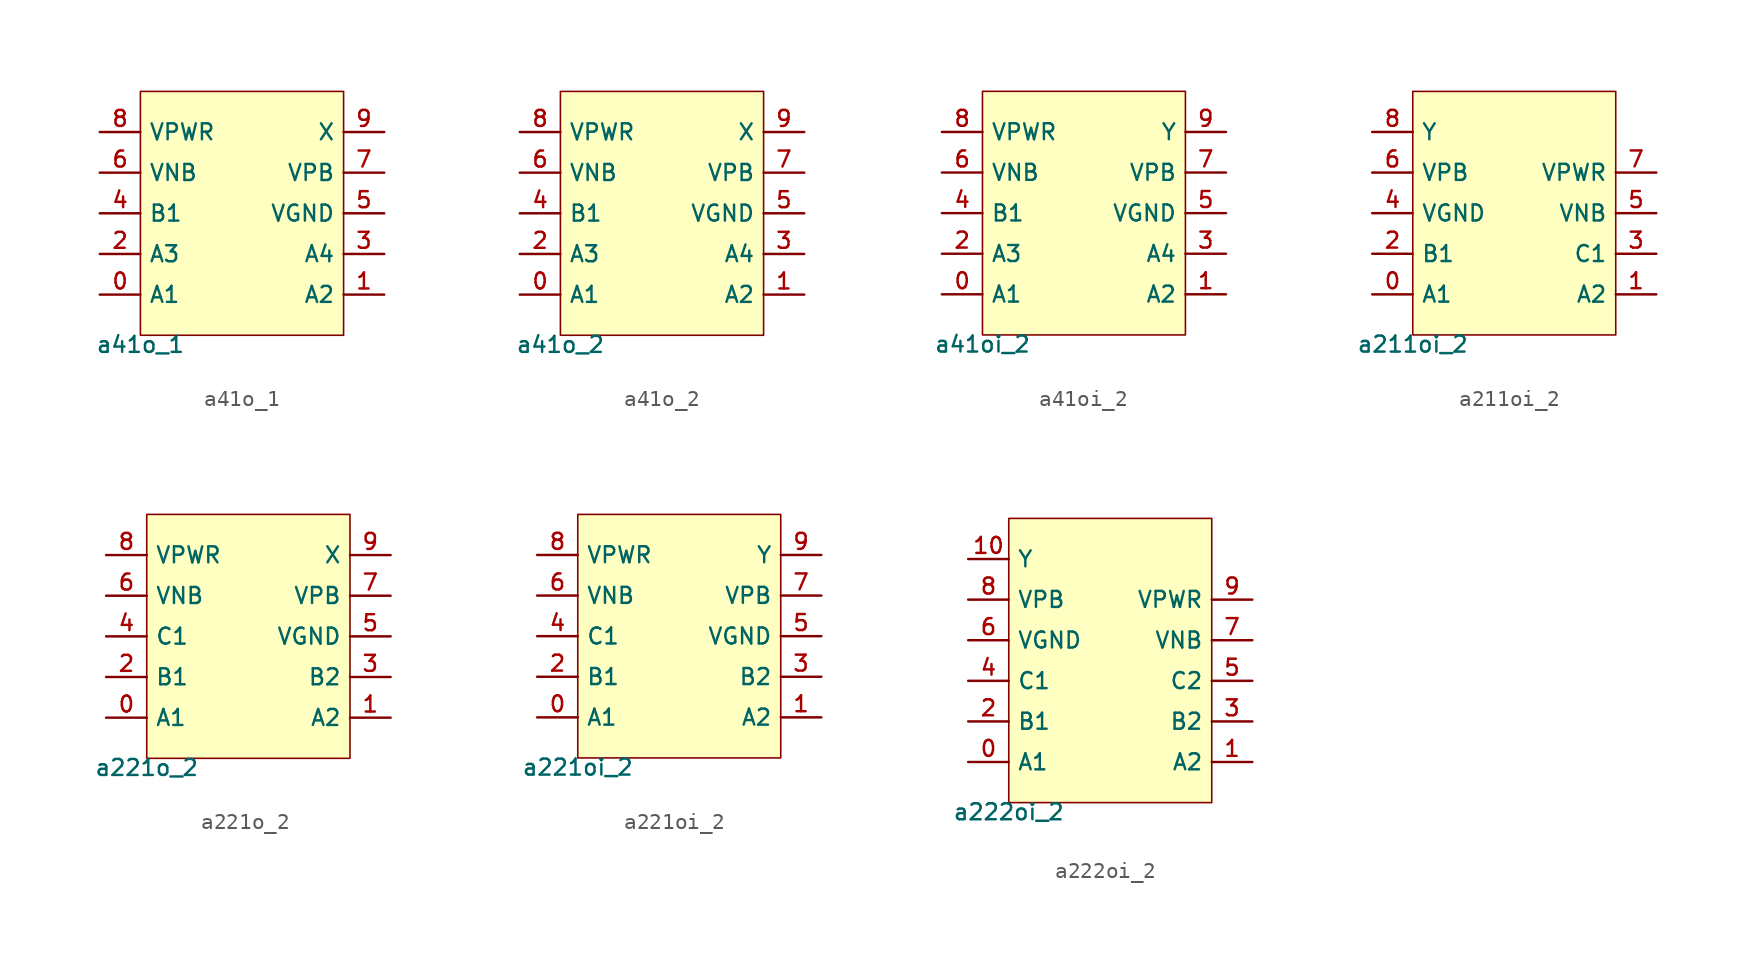
<source format=kicad_sym>
(kicad_symbol_lib
  (version 20211014)
  (generator pdk2kicad)
  (symbol "a41o_1"
    (property "Reference" "X"
      (at 0 0 0)
      (effects (font (size 1 1)) hide))
    (property "Value" "a41o_1"
      (at -6.35 -7.62 0)
      (effects (font (size 1 1)) (justify top)))
    (rectangle
      (start -6.35 -7.62)
      (end 6.35 7.62)
      (stroke (width 0.1) (type solid) (color 0 0 0 0))
      (fill (type background)))
    (pin bidirectional line
      (at -8.89 -5.08 0)
      (length 2.54)
      (name "A1" (effects (font (size 1 1)) hide))
      (number "0" (effects (font (size 1 1)) hide)))
    (pin bidirectional line
      (at 8.89 -5.08 180)
      (length 2.54)
      (name "A2" (effects (font (size 1 1)) hide))
      (number "1" (effects (font (size 1 1)) hide)))
    (pin bidirectional line
      (at -8.89 -2.54 0)
      (length 2.54)
      (name "A3" (effects (font (size 1 1)) hide))
      (number "2" (effects (font (size 1 1)) hide)))
    (pin bidirectional line
      (at 8.89 -2.54 180)
      (length 2.54)
      (name "A4" (effects (font (size 1 1)) hide))
      (number "3" (effects (font (size 1 1)) hide)))
    (pin bidirectional line
      (at -8.89 8.881784197001252e-16 0)
      (length 2.54)
      (name "B1" (effects (font (size 1 1)) hide))
      (number "4" (effects (font (size 1 1)) hide)))
    (pin bidirectional line
      (at 8.89 8.881784197001252e-16 180)
      (length 2.54)
      (name "VGND" (effects (font (size 1 1)) hide))
      (number "5" (effects (font (size 1 1)) hide)))
    (pin bidirectional line
      (at -8.89 2.54 0)
      (length 2.54)
      (name "VNB" (effects (font (size 1 1)) hide))
      (number "6" (effects (font (size 1 1)) hide)))
    (pin bidirectional line
      (at 8.89 2.54 180)
      (length 2.54)
      (name "VPB" (effects (font (size 1 1)) hide))
      (number "7" (effects (font (size 1 1)) hide)))
    (pin bidirectional line
      (at -8.89 5.08 0)
      (length 2.54)
      (name "VPWR" (effects (font (size 1 1)) hide))
      (number "8" (effects (font (size 1 1)) hide)))
    (pin bidirectional line
      (at 8.89 5.08 180)
      (length 2.54)
      (name "X" (effects (font (size 1 1)) hide))
      (number "9" (effects (font (size 1 1)) hide))))
  (symbol "a41o_2"
    (property "Reference" "X"
      (at 0 0 0)
      (effects (font (size 1 1)) hide))
    (property "Value" "a41o_2"
      (at -6.35 -7.62 0)
      (effects (font (size 1 1)) (justify top)))
    (rectangle
      (start -6.35 -7.62)
      (end 6.35 7.62)
      (stroke (width 0.1) (type solid) (color 0 0 0 0))
      (fill (type background)))
    (pin bidirectional line
      (at -8.89 -5.08 0)
      (length 2.54)
      (name "A1" (effects (font (size 1 1)) hide))
      (number "0" (effects (font (size 1 1)) hide)))
    (pin bidirectional line
      (at 8.89 -5.08 180)
      (length 2.54)
      (name "A2" (effects (font (size 1 1)) hide))
      (number "1" (effects (font (size 1 1)) hide)))
    (pin bidirectional line
      (at -8.89 -2.54 0)
      (length 2.54)
      (name "A3" (effects (font (size 1 1)) hide))
      (number "2" (effects (font (size 1 1)) hide)))
    (pin bidirectional line
      (at 8.89 -2.54 180)
      (length 2.54)
      (name "A4" (effects (font (size 1 1)) hide))
      (number "3" (effects (font (size 1 1)) hide)))
    (pin bidirectional line
      (at -8.89 8.881784197001252e-16 0)
      (length 2.54)
      (name "B1" (effects (font (size 1 1)) hide))
      (number "4" (effects (font (size 1 1)) hide)))
    (pin bidirectional line
      (at 8.89 8.881784197001252e-16 180)
      (length 2.54)
      (name "VGND" (effects (font (size 1 1)) hide))
      (number "5" (effects (font (size 1 1)) hide)))
    (pin bidirectional line
      (at -8.89 2.54 0)
      (length 2.54)
      (name "VNB" (effects (font (size 1 1)) hide))
      (number "6" (effects (font (size 1 1)) hide)))
    (pin bidirectional line
      (at 8.89 2.54 180)
      (length 2.54)
      (name "VPB" (effects (font (size 1 1)) hide))
      (number "7" (effects (font (size 1 1)) hide)))
    (pin bidirectional line
      (at -8.89 5.08 0)
      (length 2.54)
      (name "VPWR" (effects (font (size 1 1)) hide))
      (number "8" (effects (font (size 1 1)) hide)))
    (pin bidirectional line
      (at 8.89 5.08 180)
      (length 2.54)
      (name "X" (effects (font (size 1 1)) hide))
      (number "9" (effects (font (size 1 1)) hide))))
  (symbol "a41oi_2"
    (property "Reference" "X"
      (at 0 0 0)
      (effects (font (size 1 1)) hide))
    (property "Value" "a41oi_2"
      (at -6.35 -7.62 0)
      (effects (font (size 1 1)) (justify top)))
    (rectangle
      (start -6.35 -7.62)
      (end 6.35 7.62)
      (stroke (width 0.1) (type solid) (color 0 0 0 0))
      (fill (type background)))
    (pin bidirectional line
      (at -8.89 -5.08 0)
      (length 2.54)
      (name "A1" (effects (font (size 1 1)) hide))
      (number "0" (effects (font (size 1 1)) hide)))
    (pin bidirectional line
      (at 8.89 -5.08 180)
      (length 2.54)
      (name "A2" (effects (font (size 1 1)) hide))
      (number "1" (effects (font (size 1 1)) hide)))
    (pin bidirectional line
      (at -8.89 -2.54 0)
      (length 2.54)
      (name "A3" (effects (font (size 1 1)) hide))
      (number "2" (effects (font (size 1 1)) hide)))
    (pin bidirectional line
      (at 8.89 -2.54 180)
      (length 2.54)
      (name "A4" (effects (font (size 1 1)) hide))
      (number "3" (effects (font (size 1 1)) hide)))
    (pin bidirectional line
      (at -8.89 8.881784197001252e-16 0)
      (length 2.54)
      (name "B1" (effects (font (size 1 1)) hide))
      (number "4" (effects (font (size 1 1)) hide)))
    (pin bidirectional line
      (at 8.89 8.881784197001252e-16 180)
      (length 2.54)
      (name "VGND" (effects (font (size 1 1)) hide))
      (number "5" (effects (font (size 1 1)) hide)))
    (pin bidirectional line
      (at -8.89 2.54 0)
      (length 2.54)
      (name "VNB" (effects (font (size 1 1)) hide))
      (number "6" (effects (font (size 1 1)) hide)))
    (pin bidirectional line
      (at 8.89 2.54 180)
      (length 2.54)
      (name "VPB" (effects (font (size 1 1)) hide))
      (number "7" (effects (font (size 1 1)) hide)))
    (pin bidirectional line
      (at -8.89 5.08 0)
      (length 2.54)
      (name "VPWR" (effects (font (size 1 1)) hide))
      (number "8" (effects (font (size 1 1)) hide)))
    (pin bidirectional line
      (at 8.89 5.08 180)
      (length 2.54)
      (name "Y" (effects (font (size 1 1)) hide))
      (number "9" (effects (font (size 1 1)) hide))))
  (symbol "a211oi_2"
    (property "Reference" "X"
      (at 0 0 0)
      (effects (font (size 1 1)) hide))
    (property "Value" "a211oi_2"
      (at -6.35 -7.62 0)
      (effects (font (size 1 1)) (justify top)))
    (rectangle
      (start -6.35 -7.62)
      (end 6.35 7.62)
      (stroke (width 0.1) (type solid) (color 0 0 0 0))
      (fill (type background)))
    (pin bidirectional line
      (at -8.89 -5.08 0)
      (length 2.54)
      (name "A1" (effects (font (size 1 1)) hide))
      (number "0" (effects (font (size 1 1)) hide)))
    (pin bidirectional line
      (at 8.89 -5.08 180)
      (length 2.54)
      (name "A2" (effects (font (size 1 1)) hide))
      (number "1" (effects (font (size 1 1)) hide)))
    (pin bidirectional line
      (at -8.89 -2.54 0)
      (length 2.54)
      (name "B1" (effects (font (size 1 1)) hide))
      (number "2" (effects (font (size 1 1)) hide)))
    (pin bidirectional line
      (at 8.89 -2.54 180)
      (length 2.54)
      (name "C1" (effects (font (size 1 1)) hide))
      (number "3" (effects (font (size 1 1)) hide)))
    (pin bidirectional line
      (at -8.89 8.881784197001252e-16 0)
      (length 2.54)
      (name "VGND" (effects (font (size 1 1)) hide))
      (number "4" (effects (font (size 1 1)) hide)))
    (pin bidirectional line
      (at 8.89 8.881784197001252e-16 180)
      (length 2.54)
      (name "VNB" (effects (font (size 1 1)) hide))
      (number "5" (effects (font (size 1 1)) hide)))
    (pin bidirectional line
      (at -8.89 2.54 0)
      (length 2.54)
      (name "VPB" (effects (font (size 1 1)) hide))
      (number "6" (effects (font (size 1 1)) hide)))
    (pin bidirectional line
      (at 8.89 2.54 180)
      (length 2.54)
      (name "VPWR" (effects (font (size 1 1)) hide))
      (number "7" (effects (font (size 1 1)) hide)))
    (pin bidirectional line
      (at -8.89 5.08 0)
      (length 2.54)
      (name "Y" (effects (font (size 1 1)) hide))
      (number "8" (effects (font (size 1 1)) hide))))
  (symbol "a221o_2"
    (property "Reference" "X"
      (at 0 0 0)
      (effects (font (size 1 1)) hide))
    (property "Value" "a221o_2"
      (at -6.35 -7.62 0)
      (effects (font (size 1 1)) (justify top)))
    (rectangle
      (start -6.35 -7.62)
      (end 6.35 7.62)
      (stroke (width 0.1) (type solid) (color 0 0 0 0))
      (fill (type background)))
    (pin bidirectional line
      (at -8.89 -5.08 0)
      (length 2.54)
      (name "A1" (effects (font (size 1 1)) hide))
      (number "0" (effects (font (size 1 1)) hide)))
    (pin bidirectional line
      (at 8.89 -5.08 180)
      (length 2.54)
      (name "A2" (effects (font (size 1 1)) hide))
      (number "1" (effects (font (size 1 1)) hide)))
    (pin bidirectional line
      (at -8.89 -2.54 0)
      (length 2.54)
      (name "B1" (effects (font (size 1 1)) hide))
      (number "2" (effects (font (size 1 1)) hide)))
    (pin bidirectional line
      (at 8.89 -2.54 180)
      (length 2.54)
      (name "B2" (effects (font (size 1 1)) hide))
      (number "3" (effects (font (size 1 1)) hide)))
    (pin bidirectional line
      (at -8.89 8.881784197001252e-16 0)
      (length 2.54)
      (name "C1" (effects (font (size 1 1)) hide))
      (number "4" (effects (font (size 1 1)) hide)))
    (pin bidirectional line
      (at 8.89 8.881784197001252e-16 180)
      (length 2.54)
      (name "VGND" (effects (font (size 1 1)) hide))
      (number "5" (effects (font (size 1 1)) hide)))
    (pin bidirectional line
      (at -8.89 2.54 0)
      (length 2.54)
      (name "VNB" (effects (font (size 1 1)) hide))
      (number "6" (effects (font (size 1 1)) hide)))
    (pin bidirectional line
      (at 8.89 2.54 180)
      (length 2.54)
      (name "VPB" (effects (font (size 1 1)) hide))
      (number "7" (effects (font (size 1 1)) hide)))
    (pin bidirectional line
      (at -8.89 5.08 0)
      (length 2.54)
      (name "VPWR" (effects (font (size 1 1)) hide))
      (number "8" (effects (font (size 1 1)) hide)))
    (pin bidirectional line
      (at 8.89 5.08 180)
      (length 2.54)
      (name "X" (effects (font (size 1 1)) hide))
      (number "9" (effects (font (size 1 1)) hide))))
  (symbol "a221oi_2"
    (property "Reference" "X"
      (at 0 0 0)
      (effects (font (size 1 1)) hide))
    (property "Value" "a221oi_2"
      (at -6.35 -7.62 0)
      (effects (font (size 1 1)) (justify top)))
    (rectangle
      (start -6.35 -7.62)
      (end 6.35 7.62)
      (stroke (width 0.1) (type solid) (color 0 0 0 0))
      (fill (type background)))
    (pin bidirectional line
      (at -8.89 -5.08 0)
      (length 2.54)
      (name "A1" (effects (font (size 1 1)) hide))
      (number "0" (effects (font (size 1 1)) hide)))
    (pin bidirectional line
      (at 8.89 -5.08 180)
      (length 2.54)
      (name "A2" (effects (font (size 1 1)) hide))
      (number "1" (effects (font (size 1 1)) hide)))
    (pin bidirectional line
      (at -8.89 -2.54 0)
      (length 2.54)
      (name "B1" (effects (font (size 1 1)) hide))
      (number "2" (effects (font (size 1 1)) hide)))
    (pin bidirectional line
      (at 8.89 -2.54 180)
      (length 2.54)
      (name "B2" (effects (font (size 1 1)) hide))
      (number "3" (effects (font (size 1 1)) hide)))
    (pin bidirectional line
      (at -8.89 8.881784197001252e-16 0)
      (length 2.54)
      (name "C1" (effects (font (size 1 1)) hide))
      (number "4" (effects (font (size 1 1)) hide)))
    (pin bidirectional line
      (at 8.89 8.881784197001252e-16 180)
      (length 2.54)
      (name "VGND" (effects (font (size 1 1)) hide))
      (number "5" (effects (font (size 1 1)) hide)))
    (pin bidirectional line
      (at -8.89 2.54 0)
      (length 2.54)
      (name "VNB" (effects (font (size 1 1)) hide))
      (number "6" (effects (font (size 1 1)) hide)))
    (pin bidirectional line
      (at 8.89 2.54 180)
      (length 2.54)
      (name "VPB" (effects (font (size 1 1)) hide))
      (number "7" (effects (font (size 1 1)) hide)))
    (pin bidirectional line
      (at -8.89 5.08 0)
      (length 2.54)
      (name "VPWR" (effects (font (size 1 1)) hide))
      (number "8" (effects (font (size 1 1)) hide)))
    (pin bidirectional line
      (at 8.89 5.08 180)
      (length 2.54)
      (name "Y" (effects (font (size 1 1)) hide))
      (number "9" (effects (font (size 1 1)) hide))))
  (symbol "a222oi_2"
    (property "Reference" "X"
      (at 0 0 0)
      (effects (font (size 1 1)) hide))
    (property "Value" "a222oi_2"
      (at -6.35 -8.89 0)
      (effects (font (size 1 1)) (justify top)))
    (rectangle
      (start -6.35 -8.89)
      (end 6.35 8.89)
      (stroke (width 0.1) (type solid) (color 0 0 0 0))
      (fill (type background)))
    (pin bidirectional line
      (at -8.89 -6.35 0)
      (length 2.54)
      (name "A1" (effects (font (size 1 1)) hide))
      (number "0" (effects (font (size 1 1)) hide)))
    (pin bidirectional line
      (at 8.89 -6.35 180)
      (length 2.54)
      (name "A2" (effects (font (size 1 1)) hide))
      (number "1" (effects (font (size 1 1)) hide)))
    (pin bidirectional line
      (at -8.89 -3.81 0)
      (length 2.54)
      (name "B1" (effects (font (size 1 1)) hide))
      (number "2" (effects (font (size 1 1)) hide)))
    (pin bidirectional line
      (at 8.89 -3.81 180)
      (length 2.54)
      (name "B2" (effects (font (size 1 1)) hide))
      (number "3" (effects (font (size 1 1)) hide)))
    (pin bidirectional line
      (at -8.89 -1.27 0)
      (length 2.54)
      (name "C1" (effects (font (size 1 1)) hide))
      (number "4" (effects (font (size 1 1)) hide)))
    (pin bidirectional line
      (at 8.89 -1.27 180)
      (length 2.54)
      (name "C2" (effects (font (size 1 1)) hide))
      (number "5" (effects (font (size 1 1)) hide)))
    (pin bidirectional line
      (at -8.89 1.27 0)
      (length 2.54)
      (name "VGND" (effects (font (size 1 1)) hide))
      (number "6" (effects (font (size 1 1)) hide)))
    (pin bidirectional line
      (at 8.89 1.27 180)
      (length 2.54)
      (name "VNB" (effects (font (size 1 1)) hide))
      (number "7" (effects (font (size 1 1)) hide)))
    (pin bidirectional line
      (at -8.89 3.81 0)
      (length 2.54)
      (name "VPB" (effects (font (size 1 1)) hide))
      (number "8" (effects (font (size 1 1)) hide)))
    (pin bidirectional line
      (at 8.89 3.81 180)
      (length 2.54)
      (name "VPWR" (effects (font (size 1 1)) hide))
      (number "9" (effects (font (size 1 1)) hide)))
    (pin bidirectional line
      (at -8.89 6.35 0)
      (length 2.54)
      (name "Y" (effects (font (size 1 1)) hide))
      (number "10" (effects (font (size 1 1)) hide)))))
</source>
